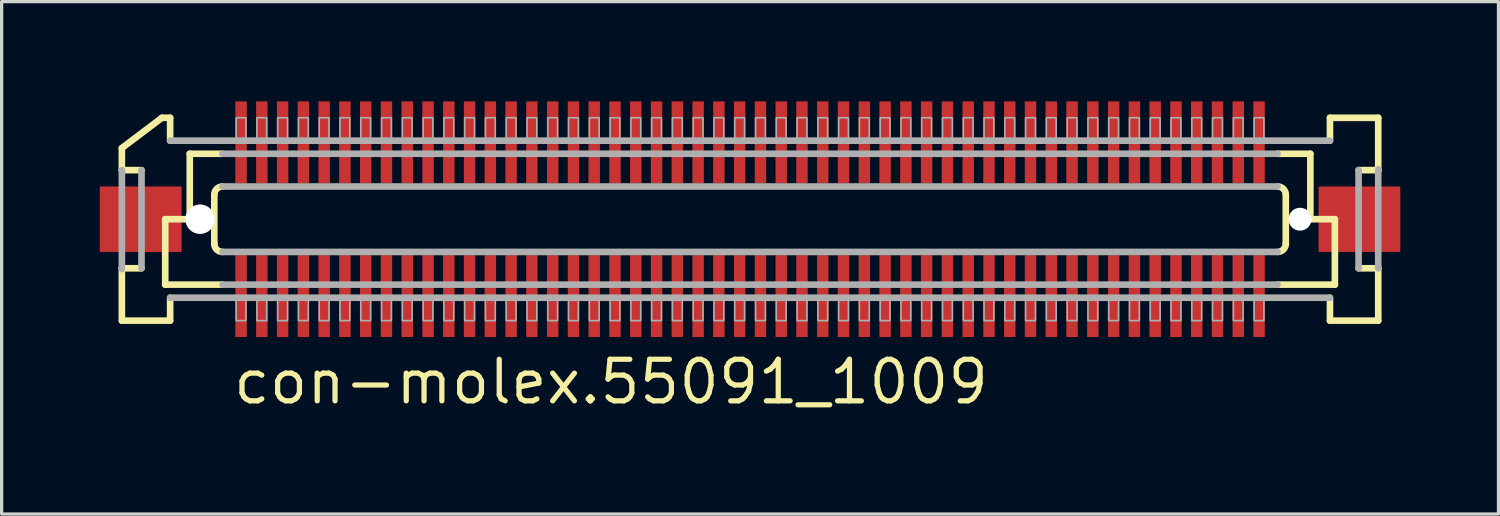
<source format=kicad_pcb>
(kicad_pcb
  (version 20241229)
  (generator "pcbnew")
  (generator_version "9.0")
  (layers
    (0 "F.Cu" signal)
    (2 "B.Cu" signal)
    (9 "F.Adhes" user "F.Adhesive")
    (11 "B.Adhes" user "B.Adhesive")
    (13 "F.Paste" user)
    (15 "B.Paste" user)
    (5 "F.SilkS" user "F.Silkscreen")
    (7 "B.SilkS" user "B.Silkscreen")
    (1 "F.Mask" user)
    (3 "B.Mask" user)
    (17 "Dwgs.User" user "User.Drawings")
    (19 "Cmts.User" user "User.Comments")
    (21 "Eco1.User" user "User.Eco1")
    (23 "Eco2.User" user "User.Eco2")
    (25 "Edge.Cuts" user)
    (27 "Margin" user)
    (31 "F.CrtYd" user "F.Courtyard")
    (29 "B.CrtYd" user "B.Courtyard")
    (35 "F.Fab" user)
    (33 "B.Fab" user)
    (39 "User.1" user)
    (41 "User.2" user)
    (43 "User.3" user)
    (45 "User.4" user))
  (footprint "con-molex.55091_1009"
    (layer "F.Cu")
    (at 19.875 3.65)
    (property "Reference" "con-molex.55091_1009" (at -15.875 5.715 0) (layer "F.SilkS") (effects (font (size 1.27 1.27) (thickness 0.16)) (justify left bottom)))
    (attr smd)
    (fp_rect (start -15.758 -1.075) (end -15.357 -3.625) (stroke (width 0.05) (type default)) (fill yes) (layer "F.Mask"))
    (fp_rect (start -15.758 3.625) (end -15.357 1.075) (stroke (width 0.05) (type default)) (fill yes) (layer "F.Mask"))
    (fp_rect (start -15.123 -1.075) (end -14.723 -3.625) (stroke (width 0.05) (type default)) (fill yes) (layer "F.Mask"))
    (fp_rect (start -15.123 3.625) (end -14.723 1.075) (stroke (width 0.05) (type default)) (fill yes) (layer "F.Mask"))
    (fp_rect (start -14.488 -1.075) (end -14.088 -3.625) (stroke (width 0.05) (type default)) (fill yes) (layer "F.Mask"))
    (fp_rect (start -14.488 3.625) (end -14.088 1.075) (stroke (width 0.05) (type default)) (fill yes) (layer "F.Mask"))
    (fp_rect (start -13.852 -1.075) (end -13.453 -3.625) (stroke (width 0.05) (type default)) (fill yes) (layer "F.Mask"))
    (fp_rect (start -13.852 3.625) (end -13.453 1.075) (stroke (width 0.05) (type default)) (fill yes) (layer "F.Mask"))
    (fp_rect (start -13.217 -1.075) (end -12.818 -3.625) (stroke (width 0.05) (type default)) (fill yes) (layer "F.Mask"))
    (fp_rect (start -13.217 3.625) (end -12.818 1.075) (stroke (width 0.05) (type default)) (fill yes) (layer "F.Mask"))
    (fp_rect (start -12.582 -1.075) (end -12.182 -3.625) (stroke (width 0.05) (type default)) (fill yes) (layer "F.Mask"))
    (fp_rect (start -12.582 3.625) (end -12.182 1.075) (stroke (width 0.05) (type default)) (fill yes) (layer "F.Mask"))
    (fp_rect (start -11.947 -1.075) (end -11.547 -3.625) (stroke (width 0.05) (type default)) (fill yes) (layer "F.Mask"))
    (fp_rect (start -11.947 3.625) (end -11.547 1.075) (stroke (width 0.05) (type default)) (fill yes) (layer "F.Mask"))
    (fp_rect (start -11.312 -1.075) (end -10.912 -3.625) (stroke (width 0.05) (type default)) (fill yes) (layer "F.Mask"))
    (fp_rect (start -11.312 3.625) (end -10.912 1.075) (stroke (width 0.05) (type default)) (fill yes) (layer "F.Mask"))
    (fp_rect (start -10.678 -1.075) (end -10.277 -3.625) (stroke (width 0.05) (type default)) (fill yes) (layer "F.Mask"))
    (fp_rect (start -10.678 3.625) (end -10.277 1.075) (stroke (width 0.05) (type default)) (fill yes) (layer "F.Mask"))
    (fp_rect (start -10.043 -1.075) (end -9.643 -3.625) (stroke (width 0.05) (type default)) (fill yes) (layer "F.Mask"))
    (fp_rect (start -10.043 3.625) (end -9.643 1.075) (stroke (width 0.05) (type default)) (fill yes) (layer "F.Mask"))
    (fp_rect (start -9.408 -1.075) (end -9.008 -3.625) (stroke (width 0.05) (type default)) (fill yes) (layer "F.Mask"))
    (fp_rect (start -9.408 3.625) (end -9.008 1.075) (stroke (width 0.05) (type default)) (fill yes) (layer "F.Mask"))
    (fp_rect (start -8.773 -1.075) (end -8.373 -3.625) (stroke (width 0.05) (type default)) (fill yes) (layer "F.Mask"))
    (fp_rect (start -8.773 3.625) (end -8.373 1.075) (stroke (width 0.05) (type default)) (fill yes) (layer "F.Mask"))
    (fp_rect (start -8.137 -1.075) (end -7.737 -3.625) (stroke (width 0.05) (type default)) (fill yes) (layer "F.Mask"))
    (fp_rect (start -8.137 3.625) (end -7.737 1.075) (stroke (width 0.05) (type default)) (fill yes) (layer "F.Mask"))
    (fp_rect (start -7.503 -1.075) (end -7.103 -3.625) (stroke (width 0.05) (type default)) (fill yes) (layer "F.Mask"))
    (fp_rect (start -7.503 3.625) (end -7.103 1.075) (stroke (width 0.05) (type default)) (fill yes) (layer "F.Mask"))
    (fp_rect (start -6.867 -1.075) (end -6.468 -3.625) (stroke (width 0.05) (type default)) (fill yes) (layer "F.Mask"))
    (fp_rect (start -6.867 3.625) (end -6.468 1.075) (stroke (width 0.05) (type default)) (fill yes) (layer "F.Mask"))
    (fp_rect (start -6.232 -1.075) (end -5.832 -3.625) (stroke (width 0.05) (type default)) (fill yes) (layer "F.Mask"))
    (fp_rect (start -6.232 3.625) (end -5.832 1.075) (stroke (width 0.05) (type default)) (fill yes) (layer "F.Mask"))
    (fp_rect (start -5.598 -1.075) (end -5.197 -3.625) (stroke (width 0.05) (type default)) (fill yes) (layer "F.Mask"))
    (fp_rect (start -5.598 3.625) (end -5.197 1.075) (stroke (width 0.05) (type default)) (fill yes) (layer "F.Mask"))
    (fp_rect (start -4.963 -1.075) (end -4.562 -3.625) (stroke (width 0.05) (type default)) (fill yes) (layer "F.Mask"))
    (fp_rect (start -4.963 3.625) (end -4.562 1.075) (stroke (width 0.05) (type default)) (fill yes) (layer "F.Mask"))
    (fp_rect (start -4.327 -1.075) (end -3.928 -3.625) (stroke (width 0.05) (type default)) (fill yes) (layer "F.Mask"))
    (fp_rect (start -4.327 3.625) (end -3.928 1.075) (stroke (width 0.05) (type default)) (fill yes) (layer "F.Mask"))
    (fp_rect (start -3.692 -1.075) (end -3.292 -3.625) (stroke (width 0.05) (type default)) (fill yes) (layer "F.Mask"))
    (fp_rect (start -3.692 3.625) (end -3.292 1.075) (stroke (width 0.05) (type default)) (fill yes) (layer "F.Mask"))
    (fp_rect (start -3.058 -1.075) (end -2.658 -3.625) (stroke (width 0.05) (type default)) (fill yes) (layer "F.Mask"))
    (fp_rect (start -3.058 3.625) (end -2.658 1.075) (stroke (width 0.05) (type default)) (fill yes) (layer "F.Mask"))
    (fp_rect (start -2.422 -1.075) (end -2.022 -3.625) (stroke (width 0.05) (type default)) (fill yes) (layer "F.Mask"))
    (fp_rect (start -2.422 3.625) (end -2.022 1.075) (stroke (width 0.05) (type default)) (fill yes) (layer "F.Mask"))
    (fp_rect (start -1.788 -1.075) (end -1.387 -3.625) (stroke (width 0.05) (type default)) (fill yes) (layer "F.Mask"))
    (fp_rect (start -1.788 3.625) (end -1.387 1.075) (stroke (width 0.05) (type default)) (fill yes) (layer "F.Mask"))
    (fp_rect (start -1.153 -1.075) (end -0.752 -3.625) (stroke (width 0.05) (type default)) (fill yes) (layer "F.Mask"))
    (fp_rect (start -1.153 3.625) (end -0.752 1.075) (stroke (width 0.05) (type default)) (fill yes) (layer "F.Mask"))
    (fp_rect (start -0.517 -1.075) (end -0.117 -3.625) (stroke (width 0.05) (type default)) (fill yes) (layer "F.Mask"))
    (fp_rect (start -0.517 3.625) (end -0.117 1.075) (stroke (width 0.05) (type default)) (fill yes) (layer "F.Mask"))
    (fp_rect (start 0.117 -1.075) (end 0.517 -3.625) (stroke (width 0.05) (type default)) (fill yes) (layer "F.Mask"))
    (fp_rect (start 0.117 3.625) (end 0.517 1.075) (stroke (width 0.05) (type default)) (fill yes) (layer "F.Mask"))
    (fp_rect (start 0.752 -1.075) (end 1.153 -3.625) (stroke (width 0.05) (type default)) (fill yes) (layer "F.Mask"))
    (fp_rect (start 0.752 3.625) (end 1.153 1.075) (stroke (width 0.05) (type default)) (fill yes) (layer "F.Mask"))
    (fp_rect (start 1.387 -1.075) (end 1.788 -3.625) (stroke (width 0.05) (type default)) (fill yes) (layer "F.Mask"))
    (fp_rect (start 1.387 3.625) (end 1.788 1.075) (stroke (width 0.05) (type default)) (fill yes) (layer "F.Mask"))
    (fp_rect (start 2.022 -1.075) (end 2.422 -3.625) (stroke (width 0.05) (type default)) (fill yes) (layer "F.Mask"))
    (fp_rect (start 2.022 3.625) (end 2.422 1.075) (stroke (width 0.05) (type default)) (fill yes) (layer "F.Mask"))
    (fp_rect (start 2.658 -1.075) (end 3.058 -3.625) (stroke (width 0.05) (type default)) (fill yes) (layer "F.Mask"))
    (fp_rect (start 2.658 3.625) (end 3.058 1.075) (stroke (width 0.05) (type default)) (fill yes) (layer "F.Mask"))
    (fp_rect (start 3.292 -1.075) (end 3.692 -3.625) (stroke (width 0.05) (type default)) (fill yes) (layer "F.Mask"))
    (fp_rect (start 3.292 3.625) (end 3.692 1.075) (stroke (width 0.05) (type default)) (fill yes) (layer "F.Mask"))
    (fp_rect (start 3.928 -1.075) (end 4.327 -3.625) (stroke (width 0.05) (type default)) (fill yes) (layer "F.Mask"))
    (fp_rect (start 3.928 3.625) (end 4.327 1.075) (stroke (width 0.05) (type default)) (fill yes) (layer "F.Mask"))
    (fp_rect (start 4.562 -1.075) (end 4.963 -3.625) (stroke (width 0.05) (type default)) (fill yes) (layer "F.Mask"))
    (fp_rect (start 4.562 3.625) (end 4.963 1.075) (stroke (width 0.05) (type default)) (fill yes) (layer "F.Mask"))
    (fp_rect (start 5.197 -1.075) (end 5.598 -3.625) (stroke (width 0.05) (type default)) (fill yes) (layer "F.Mask"))
    (fp_rect (start 5.197 3.625) (end 5.598 1.075) (stroke (width 0.05) (type default)) (fill yes) (layer "F.Mask"))
    (fp_rect (start 5.832 -1.075) (end 6.232 -3.625) (stroke (width 0.05) (type default)) (fill yes) (layer "F.Mask"))
    (fp_rect (start 5.832 3.625) (end 6.232 1.075) (stroke (width 0.05) (type default)) (fill yes) (layer "F.Mask"))
    (fp_rect (start 6.468 -1.075) (end 6.867 -3.625) (stroke (width 0.05) (type default)) (fill yes) (layer "F.Mask"))
    (fp_rect (start 6.468 3.625) (end 6.867 1.075) (stroke (width 0.05) (type default)) (fill yes) (layer "F.Mask"))
    (fp_rect (start 7.103 -1.075) (end 7.503 -3.625) (stroke (width 0.05) (type default)) (fill yes) (layer "F.Mask"))
    (fp_rect (start 7.103 3.625) (end 7.503 1.075) (stroke (width 0.05) (type default)) (fill yes) (layer "F.Mask"))
    (fp_rect (start 7.737 -1.075) (end 8.137 -3.625) (stroke (width 0.05) (type default)) (fill yes) (layer "F.Mask"))
    (fp_rect (start 7.737 3.625) (end 8.137 1.075) (stroke (width 0.05) (type default)) (fill yes) (layer "F.Mask"))
    (fp_rect (start 8.373 -1.075) (end 8.773 -3.625) (stroke (width 0.05) (type default)) (fill yes) (layer "F.Mask"))
    (fp_rect (start 8.373 3.625) (end 8.773 1.075) (stroke (width 0.05) (type default)) (fill yes) (layer "F.Mask"))
    (fp_rect (start 9.008 -1.075) (end 9.408 -3.625) (stroke (width 0.05) (type default)) (fill yes) (layer "F.Mask"))
    (fp_rect (start 9.008 3.625) (end 9.408 1.075) (stroke (width 0.05) (type default)) (fill yes) (layer "F.Mask"))
    (fp_rect (start 9.643 -1.075) (end 10.043 -3.625) (stroke (width 0.05) (type default)) (fill yes) (layer "F.Mask"))
    (fp_rect (start 9.643 3.625) (end 10.043 1.075) (stroke (width 0.05) (type default)) (fill yes) (layer "F.Mask"))
    (fp_rect (start 10.277 -1.075) (end 10.678 -3.625) (stroke (width 0.05) (type default)) (fill yes) (layer "F.Mask"))
    (fp_rect (start 10.277 3.625) (end 10.678 1.075) (stroke (width 0.05) (type default)) (fill yes) (layer "F.Mask"))
    (fp_rect (start 10.912 -1.075) (end 11.312 -3.625) (stroke (width 0.05) (type default)) (fill yes) (layer "F.Mask"))
    (fp_rect (start 10.912 3.625) (end 11.312 1.075) (stroke (width 0.05) (type default)) (fill yes) (layer "F.Mask"))
    (fp_rect (start 11.547 -1.075) (end 11.947 -3.625) (stroke (width 0.05) (type default)) (fill yes) (layer "F.Mask"))
    (fp_rect (start 11.547 3.625) (end 11.947 1.075) (stroke (width 0.05) (type default)) (fill yes) (layer "F.Mask"))
    (fp_rect (start 12.182 -1.075) (end 12.582 -3.625) (stroke (width 0.05) (type default)) (fill yes) (layer "F.Mask"))
    (fp_rect (start 12.182 3.625) (end 12.582 1.075) (stroke (width 0.05) (type default)) (fill yes) (layer "F.Mask"))
    (fp_rect (start 12.818 -1.075) (end 13.217 -3.625) (stroke (width 0.05) (type default)) (fill yes) (layer "F.Mask"))
    (fp_rect (start 12.818 3.625) (end 13.217 1.075) (stroke (width 0.05) (type default)) (fill yes) (layer "F.Mask"))
    (fp_rect (start 13.453 -1.075) (end 13.852 -3.625) (stroke (width 0.05) (type default)) (fill yes) (layer "F.Mask"))
    (fp_rect (start 13.453 3.625) (end 13.852 1.075) (stroke (width 0.05) (type default)) (fill yes) (layer "F.Mask"))
    (fp_rect (start 14.088 -1.075) (end 14.488 -3.625) (stroke (width 0.05) (type default)) (fill yes) (layer "F.Mask"))
    (fp_rect (start 14.088 3.625) (end 14.488 1.075) (stroke (width 0.05) (type default)) (fill yes) (layer "F.Mask"))
    (fp_rect (start 14.723 -1.075) (end 15.123 -3.625) (stroke (width 0.05) (type default)) (fill yes) (layer "F.Mask"))
    (fp_rect (start 14.723 3.625) (end 15.123 1.075) (stroke (width 0.05) (type default)) (fill yes) (layer "F.Mask"))
    (fp_rect (start 15.357 -1.075) (end 15.758 -3.625) (stroke (width 0.05) (type default)) (fill yes) (layer "F.Mask"))
    (fp_rect (start 15.357 3.625) (end 15.758 1.075) (stroke (width 0.05) (type default)) (fill yes) (layer "F.Mask"))
    (fp_line (start -19.2 -1.5) (end -19.2 -2.175) (stroke (width 0.203) (type default)) (layer "F.SilkS"))
    (fp_line (start -19.2 1.5) (end -18.6 1.5) (stroke (width 0.203) (type default)) (layer "F.SilkS"))
    (fp_line (start -19.2 3.1) (end -19.2 1.5) (stroke (width 0.203) (type default)) (layer "F.SilkS"))
    (fp_line (start -18.6 -1.5) (end -19.2 -1.5) (stroke (width 0.203) (type default)) (layer "F.SilkS"))
    (fp_line (start -17.975 -3.1) (end -19.2 -2.175) (stroke (width 0.203) (type default)) (layer "F.SilkS"))
    (fp_line (start -17.975 -3.1) (end -17.725 -3.1) (stroke (width 0.203) (type default)) (layer "F.SilkS"))
    (fp_line (start -17.875 0) (end -17.875 2) (stroke (width 0.203) (type default)) (layer "F.SilkS"))
    (fp_line (start -17.875 2) (end -16.125 2) (stroke (width 0.203) (type default)) (layer "F.SilkS"))
    (fp_line (start -17.725 -3.1) (end -17.725 -2.4) (stroke (width 0.203) (type default)) (layer "F.SilkS"))
    (fp_line (start -17.725 2.4) (end -17.725 3.1) (stroke (width 0.203) (type default)) (layer "F.SilkS"))
    (fp_line (start -17.725 3.1) (end -19.2 3.1) (stroke (width 0.203) (type default)) (layer "F.SilkS"))
    (fp_line (start -17.125 -2) (end -17.125 0) (stroke (width 0.203) (type default)) (layer "F.SilkS"))
    (fp_line (start -17.125 0) (end -17.875 0) (stroke (width 0.203) (type default)) (layer "F.SilkS"))
    (fp_line (start -16.375 0.75) (end -16.375 -0.75) (stroke (width 0.203) (type default)) (layer "F.SilkS"))
    (fp_line (start -16.125 -2) (end -17.125 -2) (stroke (width 0.203) (type default)) (layer "F.SilkS"))
    (fp_line (start 16.125 2) (end 17.875 2) (stroke (width 0.203) (type default)) (layer "F.SilkS"))
    (fp_line (start 16.375 -0.75) (end 16.375 0.75) (stroke (width 0.203) (type default)) (layer "F.SilkS"))
    (fp_line (start 17.125 -2) (end 16.125 -2) (stroke (width 0.203) (type default)) (layer "F.SilkS"))
    (fp_line (start 17.125 -2) (end 17.125 0) (stroke (width 0.203) (type default)) (layer "F.SilkS"))
    (fp_line (start 17.725 -3.1) (end 19.2 -3.1) (stroke (width 0.203) (type default)) (layer "F.SilkS"))
    (fp_line (start 17.725 -2.4) (end 17.725 -3.1) (stroke (width 0.203) (type default)) (layer "F.SilkS"))
    (fp_line (start 17.725 3.1) (end 17.725 2.4) (stroke (width 0.203) (type default)) (layer "F.SilkS"))
    (fp_line (start 17.875 0) (end 17.125 0) (stroke (width 0.203) (type default)) (layer "F.SilkS"))
    (fp_line (start 17.875 0) (end 17.875 2) (stroke (width 0.203) (type default)) (layer "F.SilkS"))
    (fp_line (start 18.6 1.5) (end 19.2 1.5) (stroke (width 0.203) (type default)) (layer "F.SilkS"))
    (fp_line (start 19.2 -3.1) (end 19.2 -1.5) (stroke (width 0.203) (type default)) (layer "F.SilkS"))
    (fp_line (start 19.2 -1.5) (end 18.6 -1.5) (stroke (width 0.203) (type default)) (layer "F.SilkS"))
    (fp_line (start 19.2 1.5) (end 19.2 3.1) (stroke (width 0.203) (type default)) (layer "F.SilkS"))
    (fp_line (start 19.2 3.1) (end 17.725 3.1) (stroke (width 0.203) (type default)) (layer "F.SilkS"))
    (fp_arc (start -16.375 -0.75) (mid -16.301777 -0.926777) (end -16.125 -1) (stroke (width 0.2032) (type default)) (layer "F.SilkS"))
    (fp_arc (start -16.125 1) (mid -16.301777 0.926777) (end -16.375 0.75) (stroke (width 0.2032) (type default)) (layer "F.SilkS"))
    (fp_arc (start 16.125 -1) (mid 16.301777 -0.926777) (end 16.375 -0.75) (stroke (width 0.2032) (type default)) (layer "F.SilkS"))
    (fp_arc (start 16.375 0.75) (mid 16.301777 0.926777) (end 16.125 1) (stroke (width 0.2032) (type default)) (layer "F.SilkS"))
    (fp_line (start -19.2 1.525) (end -19.2 -1.5) (stroke (width 0.203) (type default)) (layer "F.Fab"))
    (fp_line (start -18.6 1.5) (end -18.6 -1.5) (stroke (width 0.203) (type default)) (layer "F.Fab"))
    (fp_line (start -17.725 -2.4) (end 17.725 -2.4) (stroke (width 0.203) (type default)) (layer "F.Fab"))
    (fp_line (start -16.125 -1) (end 16.125 -1) (stroke (width 0.203) (type default)) (layer "F.Fab"))
    (fp_line (start -16.125 2) (end 16.125 2) (stroke (width 0.203) (type default)) (layer "F.Fab"))
    (fp_line (start 16.125 -2) (end -16.125 -2) (stroke (width 0.203) (type default)) (layer "F.Fab"))
    (fp_line (start 16.125 1) (end -16.125 1) (stroke (width 0.203) (type default)) (layer "F.Fab"))
    (fp_line (start 17.725 2.4) (end -17.725 2.4) (stroke (width 0.203) (type default)) (layer "F.Fab"))
    (fp_line (start 18.6 -1.5) (end 18.6 1.5) (stroke (width 0.203) (type default)) (layer "F.Fab"))
    (fp_line (start 19.2 -1.525) (end 19.2 1.5) (stroke (width 0.203) (type default)) (layer "F.Fab"))
    (fp_rect (start -15.707 -2.375) (end -15.408 -3.1) (stroke (width 0.05) (type default)) (fill no) (layer "F.Fab"))
    (fp_rect (start -15.707 3.1) (end -15.408 2.375) (stroke (width 0.05) (type default)) (fill no) (layer "F.Fab"))
    (fp_rect (start -15.072 -2.375) (end -14.773 -3.1) (stroke (width 0.05) (type default)) (fill no) (layer "F.Fab"))
    (fp_rect (start -15.072 3.1) (end -14.773 2.375) (stroke (width 0.05) (type default)) (fill no) (layer "F.Fab"))
    (fp_rect (start -14.438 -2.375) (end -14.137 -3.1) (stroke (width 0.05) (type default)) (fill no) (layer "F.Fab"))
    (fp_rect (start -14.438 3.1) (end -14.137 2.375) (stroke (width 0.05) (type default)) (fill no) (layer "F.Fab"))
    (fp_rect (start -13.803 -2.375) (end -13.502 -3.1) (stroke (width 0.05) (type default)) (fill no) (layer "F.Fab"))
    (fp_rect (start -13.803 3.1) (end -13.502 2.375) (stroke (width 0.05) (type default)) (fill no) (layer "F.Fab"))
    (fp_rect (start -13.168 -2.375) (end -12.867 -3.1) (stroke (width 0.05) (type default)) (fill no) (layer "F.Fab"))
    (fp_rect (start -13.168 3.1) (end -12.867 2.375) (stroke (width 0.05) (type default)) (fill no) (layer "F.Fab"))
    (fp_rect (start -12.533 -2.375) (end -12.232 -3.1) (stroke (width 0.05) (type default)) (fill no) (layer "F.Fab"))
    (fp_rect (start -12.533 3.1) (end -12.232 2.375) (stroke (width 0.05) (type default)) (fill no) (layer "F.Fab"))
    (fp_rect (start -11.898 -2.375) (end -11.598 -3.1) (stroke (width 0.05) (type default)) (fill no) (layer "F.Fab"))
    (fp_rect (start -11.898 3.1) (end -11.598 2.375) (stroke (width 0.05) (type default)) (fill no) (layer "F.Fab"))
    (fp_rect (start -11.262 -2.375) (end -10.963 -3.1) (stroke (width 0.05) (type default)) (fill no) (layer "F.Fab"))
    (fp_rect (start -11.262 3.1) (end -10.963 2.375) (stroke (width 0.05) (type default)) (fill no) (layer "F.Fab"))
    (fp_rect (start -10.627 -2.375) (end -10.328 -3.1) (stroke (width 0.05) (type default)) (fill no) (layer "F.Fab"))
    (fp_rect (start -10.627 3.1) (end -10.328 2.375) (stroke (width 0.05) (type default)) (fill no) (layer "F.Fab"))
    (fp_rect (start -9.992 -2.375) (end -9.693 -3.1) (stroke (width 0.05) (type default)) (fill no) (layer "F.Fab"))
    (fp_rect (start -9.992 3.1) (end -9.693 2.375) (stroke (width 0.05) (type default)) (fill no) (layer "F.Fab"))
    (fp_rect (start -9.357 -2.375) (end -9.057 -3.1) (stroke (width 0.05) (type default)) (fill no) (layer "F.Fab"))
    (fp_rect (start -9.357 3.1) (end -9.057 2.375) (stroke (width 0.05) (type default)) (fill no) (layer "F.Fab"))
    (fp_rect (start -8.723 -2.375) (end -8.422 -3.1) (stroke (width 0.05) (type default)) (fill no) (layer "F.Fab"))
    (fp_rect (start -8.723 3.1) (end -8.422 2.375) (stroke (width 0.05) (type default)) (fill no) (layer "F.Fab"))
    (fp_rect (start -8.088 -2.375) (end -7.787 -3.1) (stroke (width 0.05) (type default)) (fill no) (layer "F.Fab"))
    (fp_rect (start -8.088 3.1) (end -7.787 2.375) (stroke (width 0.05) (type default)) (fill no) (layer "F.Fab"))
    (fp_rect (start -7.452 -2.375) (end -7.152 -3.1) (stroke (width 0.05) (type default)) (fill no) (layer "F.Fab"))
    (fp_rect (start -7.452 3.1) (end -7.152 2.375) (stroke (width 0.05) (type default)) (fill no) (layer "F.Fab"))
    (fp_rect (start -6.817 -2.375) (end -6.518 -3.1) (stroke (width 0.05) (type default)) (fill no) (layer "F.Fab"))
    (fp_rect (start -6.817 3.1) (end -6.518 2.375) (stroke (width 0.05) (type default)) (fill no) (layer "F.Fab"))
    (fp_rect (start -6.183 -2.375) (end -5.883 -3.1) (stroke (width 0.05) (type default)) (fill no) (layer "F.Fab"))
    (fp_rect (start -6.183 3.1) (end -5.883 2.375) (stroke (width 0.05) (type default)) (fill no) (layer "F.Fab"))
    (fp_rect (start -5.548 -2.375) (end -5.247 -3.1) (stroke (width 0.05) (type default)) (fill no) (layer "F.Fab"))
    (fp_rect (start -5.548 3.1) (end -5.247 2.375) (stroke (width 0.05) (type default)) (fill no) (layer "F.Fab"))
    (fp_rect (start -4.912 -2.375) (end -4.612 -3.1) (stroke (width 0.05) (type default)) (fill no) (layer "F.Fab"))
    (fp_rect (start -4.912 3.1) (end -4.612 2.375) (stroke (width 0.05) (type default)) (fill no) (layer "F.Fab"))
    (fp_rect (start -4.277 -2.375) (end -3.978 -3.1) (stroke (width 0.05) (type default)) (fill no) (layer "F.Fab"))
    (fp_rect (start -4.277 3.1) (end -3.978 2.375) (stroke (width 0.05) (type default)) (fill no) (layer "F.Fab"))
    (fp_rect (start -3.643 -2.375) (end -3.342 -3.1) (stroke (width 0.05) (type default)) (fill no) (layer "F.Fab"))
    (fp_rect (start -3.643 3.1) (end -3.342 2.375) (stroke (width 0.05) (type default)) (fill no) (layer "F.Fab"))
    (fp_rect (start -3.007 -2.375) (end -2.708 -3.1) (stroke (width 0.05) (type default)) (fill no) (layer "F.Fab"))
    (fp_rect (start -3.007 3.1) (end -2.708 2.375) (stroke (width 0.05) (type default)) (fill no) (layer "F.Fab"))
    (fp_rect (start -2.373 -2.375) (end -2.072 -3.1) (stroke (width 0.05) (type default)) (fill no) (layer "F.Fab"))
    (fp_rect (start -2.373 3.1) (end -2.072 2.375) (stroke (width 0.05) (type default)) (fill no) (layer "F.Fab"))
    (fp_rect (start -1.738 -2.375) (end -1.438 -3.1) (stroke (width 0.05) (type default)) (fill no) (layer "F.Fab"))
    (fp_rect (start -1.738 3.1) (end -1.438 2.375) (stroke (width 0.05) (type default)) (fill no) (layer "F.Fab"))
    (fp_rect (start -1.103 -2.375) (end -0.802 -3.1) (stroke (width 0.05) (type default)) (fill no) (layer "F.Fab"))
    (fp_rect (start -1.103 3.1) (end -0.802 2.375) (stroke (width 0.05) (type default)) (fill no) (layer "F.Fab"))
    (fp_rect (start -0.468 -2.375) (end -0.168 -3.1) (stroke (width 0.05) (type default)) (fill no) (layer "F.Fab"))
    (fp_rect (start -0.468 3.1) (end -0.168 2.375) (stroke (width 0.05) (type default)) (fill no) (layer "F.Fab"))
    (fp_rect (start 0.168 -2.375) (end 0.468 -3.1) (stroke (width 0.05) (type default)) (fill no) (layer "F.Fab"))
    (fp_rect (start 0.168 3.1) (end 0.468 2.375) (stroke (width 0.05) (type default)) (fill no) (layer "F.Fab"))
    (fp_rect (start 0.802 -2.375) (end 1.103 -3.1) (stroke (width 0.05) (type default)) (fill no) (layer "F.Fab"))
    (fp_rect (start 0.802 3.1) (end 1.103 2.375) (stroke (width 0.05) (type default)) (fill no) (layer "F.Fab"))
    (fp_rect (start 1.438 -2.375) (end 1.738 -3.1) (stroke (width 0.05) (type default)) (fill no) (layer "F.Fab"))
    (fp_rect (start 1.438 3.1) (end 1.738 2.375) (stroke (width 0.05) (type default)) (fill no) (layer "F.Fab"))
    (fp_rect (start 2.072 -2.375) (end 2.373 -3.1) (stroke (width 0.05) (type default)) (fill no) (layer "F.Fab"))
    (fp_rect (start 2.072 3.1) (end 2.373 2.375) (stroke (width 0.05) (type default)) (fill no) (layer "F.Fab"))
    (fp_rect (start 2.708 -2.375) (end 3.007 -3.1) (stroke (width 0.05) (type default)) (fill no) (layer "F.Fab"))
    (fp_rect (start 2.708 3.1) (end 3.007 2.375) (stroke (width 0.05) (type default)) (fill no) (layer "F.Fab"))
    (fp_rect (start 3.342 -2.375) (end 3.643 -3.1) (stroke (width 0.05) (type default)) (fill no) (layer "F.Fab"))
    (fp_rect (start 3.342 3.1) (end 3.643 2.375) (stroke (width 0.05) (type default)) (fill no) (layer "F.Fab"))
    (fp_rect (start 3.978 -2.375) (end 4.277 -3.1) (stroke (width 0.05) (type default)) (fill no) (layer "F.Fab"))
    (fp_rect (start 3.978 3.1) (end 4.277 2.375) (stroke (width 0.05) (type default)) (fill no) (layer "F.Fab"))
    (fp_rect (start 4.612 -2.375) (end 4.912 -3.1) (stroke (width 0.05) (type default)) (fill no) (layer "F.Fab"))
    (fp_rect (start 4.612 3.1) (end 4.912 2.375) (stroke (width 0.05) (type default)) (fill no) (layer "F.Fab"))
    (fp_rect (start 5.247 -2.375) (end 5.548 -3.1) (stroke (width 0.05) (type default)) (fill no) (layer "F.Fab"))
    (fp_rect (start 5.247 3.1) (end 5.548 2.375) (stroke (width 0.05) (type default)) (fill no) (layer "F.Fab"))
    (fp_rect (start 5.883 -2.375) (end 6.183 -3.1) (stroke (width 0.05) (type default)) (fill no) (layer "F.Fab"))
    (fp_rect (start 5.883 3.1) (end 6.183 2.375) (stroke (width 0.05) (type default)) (fill no) (layer "F.Fab"))
    (fp_rect (start 6.518 -2.375) (end 6.817 -3.1) (stroke (width 0.05) (type default)) (fill no) (layer "F.Fab"))
    (fp_rect (start 6.518 3.1) (end 6.817 2.375) (stroke (width 0.05) (type default)) (fill no) (layer "F.Fab"))
    (fp_rect (start 7.152 -2.375) (end 7.452 -3.1) (stroke (width 0.05) (type default)) (fill no) (layer "F.Fab"))
    (fp_rect (start 7.152 3.1) (end 7.452 2.375) (stroke (width 0.05) (type default)) (fill no) (layer "F.Fab"))
    (fp_rect (start 7.787 -2.375) (end 8.088 -3.1) (stroke (width 0.05) (type default)) (fill no) (layer "F.Fab"))
    (fp_rect (start 7.787 3.1) (end 8.088 2.375) (stroke (width 0.05) (type default)) (fill no) (layer "F.Fab"))
    (fp_rect (start 8.422 -2.375) (end 8.723 -3.1) (stroke (width 0.05) (type default)) (fill no) (layer "F.Fab"))
    (fp_rect (start 8.422 3.1) (end 8.723 2.375) (stroke (width 0.05) (type default)) (fill no) (layer "F.Fab"))
    (fp_rect (start 9.057 -2.375) (end 9.357 -3.1) (stroke (width 0.05) (type default)) (fill no) (layer "F.Fab"))
    (fp_rect (start 9.057 3.1) (end 9.357 2.375) (stroke (width 0.05) (type default)) (fill no) (layer "F.Fab"))
    (fp_rect (start 9.693 -2.375) (end 9.992 -3.1) (stroke (width 0.05) (type default)) (fill no) (layer "F.Fab"))
    (fp_rect (start 9.693 3.1) (end 9.992 2.375) (stroke (width 0.05) (type default)) (fill no) (layer "F.Fab"))
    (fp_rect (start 10.328 -2.375) (end 10.627 -3.1) (stroke (width 0.05) (type default)) (fill no) (layer "F.Fab"))
    (fp_rect (start 10.328 3.1) (end 10.627 2.375) (stroke (width 0.05) (type default)) (fill no) (layer "F.Fab"))
    (fp_rect (start 10.963 -2.375) (end 11.262 -3.1) (stroke (width 0.05) (type default)) (fill no) (layer "F.Fab"))
    (fp_rect (start 10.963 3.1) (end 11.262 2.375) (stroke (width 0.05) (type default)) (fill no) (layer "F.Fab"))
    (fp_rect (start 11.598 -2.375) (end 11.898 -3.1) (stroke (width 0.05) (type default)) (fill no) (layer "F.Fab"))
    (fp_rect (start 11.598 3.1) (end 11.898 2.375) (stroke (width 0.05) (type default)) (fill no) (layer "F.Fab"))
    (fp_rect (start 12.232 -2.375) (end 12.533 -3.1) (stroke (width 0.05) (type default)) (fill no) (layer "F.Fab"))
    (fp_rect (start 12.232 3.1) (end 12.533 2.375) (stroke (width 0.05) (type default)) (fill no) (layer "F.Fab"))
    (fp_rect (start 12.867 -2.375) (end 13.168 -3.1) (stroke (width 0.05) (type default)) (fill no) (layer "F.Fab"))
    (fp_rect (start 12.867 3.1) (end 13.168 2.375) (stroke (width 0.05) (type default)) (fill no) (layer "F.Fab"))
    (fp_rect (start 13.502 -2.375) (end 13.803 -3.1) (stroke (width 0.05) (type default)) (fill no) (layer "F.Fab"))
    (fp_rect (start 13.502 3.1) (end 13.803 2.375) (stroke (width 0.05) (type default)) (fill no) (layer "F.Fab"))
    (fp_rect (start 14.137 -2.375) (end 14.438 -3.1) (stroke (width 0.05) (type default)) (fill no) (layer "F.Fab"))
    (fp_rect (start 14.137 3.1) (end 14.438 2.375) (stroke (width 0.05) (type default)) (fill no) (layer "F.Fab"))
    (fp_rect (start 14.773 -2.375) (end 15.072 -3.1) (stroke (width 0.05) (type default)) (fill no) (layer "F.Fab"))
    (fp_rect (start 14.773 3.1) (end 15.072 2.375) (stroke (width 0.05) (type default)) (fill no) (layer "F.Fab"))
    (fp_rect (start 15.408 -2.375) (end 15.707 -3.1) (stroke (width 0.05) (type default)) (fill no) (layer "F.Fab"))
    (fp_rect (start 15.408 3.1) (end 15.707 2.375) (stroke (width 0.05) (type default)) (fill no) (layer "F.Fab"))
    (pad "" np_thru_hole circle (at -16.81 0) (size 0.9 0.9) (drill 0.9) (layers "*.Cu" "*.Mask"))
    (pad "" np_thru_hole circle (at 16.81 0) (size 0.7 0.7) (drill 0.7) (layers "*.Cu" "*.Mask"))
    (pad "1" smd roundrect (at -15.557 -2.35) (size 0.35 2.5) (layers "F.Cu" "F.Mask" "F.Paste") (roundrect_rratio 0.01))
    (pad "2" smd roundrect (at -15.557 2.35 180) (size 0.35 2.5) (layers "F.Cu" "F.Mask" "F.Paste") (roundrect_rratio 0.01))
    (pad "3" smd roundrect (at -14.922 -2.35) (size 0.35 2.5) (layers "F.Cu" "F.Mask" "F.Paste") (roundrect_rratio 0.01))
    (pad "4" smd roundrect (at -14.922 2.35 180) (size 0.35 2.5) (layers "F.Cu" "F.Mask" "F.Paste") (roundrect_rratio 0.01))
    (pad "5" smd roundrect (at -14.287 -2.35) (size 0.35 2.5) (layers "F.Cu" "F.Mask" "F.Paste") (roundrect_rratio 0.01))
    (pad "6" smd roundrect (at -14.287 2.35 180) (size 0.35 2.5) (layers "F.Cu" "F.Mask" "F.Paste") (roundrect_rratio 0.01))
    (pad "7" smd roundrect (at -13.652 -2.35) (size 0.35 2.5) (layers "F.Cu" "F.Mask" "F.Paste") (roundrect_rratio 0.01))
    (pad "8" smd roundrect (at -13.652 2.35 180) (size 0.35 2.5) (layers "F.Cu" "F.Mask" "F.Paste") (roundrect_rratio 0.01))
    (pad "9" smd roundrect (at -13.018 -2.35) (size 0.35 2.5) (layers "F.Cu" "F.Mask" "F.Paste") (roundrect_rratio 0.01))
    (pad "10" smd roundrect (at -13.018 2.35 180) (size 0.35 2.5) (layers "F.Cu" "F.Mask" "F.Paste") (roundrect_rratio 0.01))
    (pad "11" smd roundrect (at -12.383 -2.35) (size 0.35 2.5) (layers "F.Cu" "F.Mask" "F.Paste") (roundrect_rratio 0.01))
    (pad "12" smd roundrect (at -12.383 2.35 180) (size 0.35 2.5) (layers "F.Cu" "F.Mask" "F.Paste") (roundrect_rratio 0.01))
    (pad "13" smd roundrect (at -11.748 -2.35) (size 0.35 2.5) (layers "F.Cu" "F.Mask" "F.Paste") (roundrect_rratio 0.01))
    (pad "14" smd roundrect (at -11.748 2.35 180) (size 0.35 2.5) (layers "F.Cu" "F.Mask" "F.Paste") (roundrect_rratio 0.01))
    (pad "15" smd roundrect (at -11.113 -2.35) (size 0.35 2.5) (layers "F.Cu" "F.Mask" "F.Paste") (roundrect_rratio 0.01))
    (pad "16" smd roundrect (at -11.113 2.35 180) (size 0.35 2.5) (layers "F.Cu" "F.Mask" "F.Paste") (roundrect_rratio 0.01))
    (pad "17" smd roundrect (at -10.477 -2.35) (size 0.35 2.5) (layers "F.Cu" "F.Mask" "F.Paste") (roundrect_rratio 0.01))
    (pad "18" smd roundrect (at -10.477 2.35 180) (size 0.35 2.5) (layers "F.Cu" "F.Mask" "F.Paste") (roundrect_rratio 0.01))
    (pad "19" smd roundrect (at -9.842 -2.35) (size 0.35 2.5) (layers "F.Cu" "F.Mask" "F.Paste") (roundrect_rratio 0.01))
    (pad "20" smd roundrect (at -9.842 2.35 180) (size 0.35 2.5) (layers "F.Cu" "F.Mask" "F.Paste") (roundrect_rratio 0.01))
    (pad "21" smd roundrect (at -9.207 -2.35) (size 0.35 2.5) (layers "F.Cu" "F.Mask" "F.Paste") (roundrect_rratio 0.01))
    (pad "22" smd roundrect (at -9.207 2.35 180) (size 0.35 2.5) (layers "F.Cu" "F.Mask" "F.Paste") (roundrect_rratio 0.01))
    (pad "23" smd roundrect (at -8.572 -2.35) (size 0.35 2.5) (layers "F.Cu" "F.Mask" "F.Paste") (roundrect_rratio 0.01))
    (pad "24" smd roundrect (at -8.572 2.35 180) (size 0.35 2.5) (layers "F.Cu" "F.Mask" "F.Paste") (roundrect_rratio 0.01))
    (pad "25" smd roundrect (at -7.938 -2.35) (size 0.35 2.5) (layers "F.Cu" "F.Mask" "F.Paste") (roundrect_rratio 0.01))
    (pad "26" smd roundrect (at -7.938 2.35 180) (size 0.35 2.5) (layers "F.Cu" "F.Mask" "F.Paste") (roundrect_rratio 0.01))
    (pad "27" smd roundrect (at -7.303 -2.35) (size 0.35 2.5) (layers "F.Cu" "F.Mask" "F.Paste") (roundrect_rratio 0.01))
    (pad "28" smd roundrect (at -7.303 2.35 180) (size 0.35 2.5) (layers "F.Cu" "F.Mask" "F.Paste") (roundrect_rratio 0.01))
    (pad "29" smd roundrect (at -6.668 -2.35) (size 0.35 2.5) (layers "F.Cu" "F.Mask" "F.Paste") (roundrect_rratio 0.01))
    (pad "30" smd roundrect (at -6.668 2.35 180) (size 0.35 2.5) (layers "F.Cu" "F.Mask" "F.Paste") (roundrect_rratio 0.01))
    (pad "31" smd roundrect (at -6.032 -2.35) (size 0.35 2.5) (layers "F.Cu" "F.Mask" "F.Paste") (roundrect_rratio 0.01))
    (pad "32" smd roundrect (at -6.032 2.35 180) (size 0.35 2.5) (layers "F.Cu" "F.Mask" "F.Paste") (roundrect_rratio 0.01))
    (pad "33" smd roundrect (at -5.397 -2.35) (size 0.35 2.5) (layers "F.Cu" "F.Mask" "F.Paste") (roundrect_rratio 0.01))
    (pad "34" smd roundrect (at -5.397 2.35 180) (size 0.35 2.5) (layers "F.Cu" "F.Mask" "F.Paste") (roundrect_rratio 0.01))
    (pad "35" smd roundrect (at -4.763 -2.35) (size 0.35 2.5) (layers "F.Cu" "F.Mask" "F.Paste") (roundrect_rratio 0.01))
    (pad "36" smd roundrect (at -4.763 2.35 180) (size 0.35 2.5) (layers "F.Cu" "F.Mask" "F.Paste") (roundrect_rratio 0.01))
    (pad "37" smd roundrect (at -4.128 -2.35) (size 0.35 2.5) (layers "F.Cu" "F.Mask" "F.Paste") (roundrect_rratio 0.01))
    (pad "38" smd roundrect (at -4.128 2.35 180) (size 0.35 2.5) (layers "F.Cu" "F.Mask" "F.Paste") (roundrect_rratio 0.01))
    (pad "39" smd roundrect (at -3.493 -2.35) (size 0.35 2.5) (layers "F.Cu" "F.Mask" "F.Paste") (roundrect_rratio 0.01))
    (pad "40" smd roundrect (at -3.493 2.35 180) (size 0.35 2.5) (layers "F.Cu" "F.Mask" "F.Paste") (roundrect_rratio 0.01))
    (pad "41" smd roundrect (at -2.857 -2.35) (size 0.35 2.5) (layers "F.Cu" "F.Mask" "F.Paste") (roundrect_rratio 0.01))
    (pad "42" smd roundrect (at -2.857 2.35 180) (size 0.35 2.5) (layers "F.Cu" "F.Mask" "F.Paste") (roundrect_rratio 0.01))
    (pad "43" smd roundrect (at -2.223 -2.35) (size 0.35 2.5) (layers "F.Cu" "F.Mask" "F.Paste") (roundrect_rratio 0.01))
    (pad "44" smd roundrect (at -2.223 2.35 180) (size 0.35 2.5) (layers "F.Cu" "F.Mask" "F.Paste") (roundrect_rratio 0.01))
    (pad "45" smd roundrect (at -1.587 -2.35) (size 0.35 2.5) (layers "F.Cu" "F.Mask" "F.Paste") (roundrect_rratio 0.01))
    (pad "46" smd roundrect (at -1.587 2.35 180) (size 0.35 2.5) (layers "F.Cu" "F.Mask" "F.Paste") (roundrect_rratio 0.01))
    (pad "47" smd roundrect (at -0.953 -2.35) (size 0.35 2.5) (layers "F.Cu" "F.Mask" "F.Paste") (roundrect_rratio 0.01))
    (pad "48" smd roundrect (at -0.953 2.35 180) (size 0.35 2.5) (layers "F.Cu" "F.Mask" "F.Paste") (roundrect_rratio 0.01))
    (pad "49" smd roundrect (at -0.318 -2.35) (size 0.35 2.5) (layers "F.Cu" "F.Mask" "F.Paste") (roundrect_rratio 0.01))
    (pad "50" smd roundrect (at -0.318 2.35 180) (size 0.35 2.5) (layers "F.Cu" "F.Mask" "F.Paste") (roundrect_rratio 0.01))
    (pad "51" smd roundrect (at 0.318 -2.35) (size 0.35 2.5) (layers "F.Cu" "F.Mask" "F.Paste") (roundrect_rratio 0.01))
    (pad "52" smd roundrect (at 0.318 2.35 180) (size 0.35 2.5) (layers "F.Cu" "F.Mask" "F.Paste") (roundrect_rratio 0.01))
    (pad "53" smd roundrect (at 0.953 -2.35) (size 0.35 2.5) (layers "F.Cu" "F.Mask" "F.Paste") (roundrect_rratio 0.01))
    (pad "54" smd roundrect (at 0.953 2.35 180) (size 0.35 2.5) (layers "F.Cu" "F.Mask" "F.Paste") (roundrect_rratio 0.01))
    (pad "55" smd roundrect (at 1.587 -2.35) (size 0.35 2.5) (layers "F.Cu" "F.Mask" "F.Paste") (roundrect_rratio 0.01))
    (pad "56" smd roundrect (at 1.587 2.35 180) (size 0.35 2.5) (layers "F.Cu" "F.Mask" "F.Paste") (roundrect_rratio 0.01))
    (pad "57" smd roundrect (at 2.223 -2.35) (size 0.35 2.5) (layers "F.Cu" "F.Mask" "F.Paste") (roundrect_rratio 0.01))
    (pad "58" smd roundrect (at 2.223 2.35 180) (size 0.35 2.5) (layers "F.Cu" "F.Mask" "F.Paste") (roundrect_rratio 0.01))
    (pad "59" smd roundrect (at 2.857 -2.35) (size 0.35 2.5) (layers "F.Cu" "F.Mask" "F.Paste") (roundrect_rratio 0.01))
    (pad "60" smd roundrect (at 2.857 2.35 180) (size 0.35 2.5) (layers "F.Cu" "F.Mask" "F.Paste") (roundrect_rratio 0.01))
    (pad "61" smd roundrect (at 3.493 -2.35) (size 0.35 2.5) (layers "F.Cu" "F.Mask" "F.Paste") (roundrect_rratio 0.01))
    (pad "62" smd roundrect (at 3.493 2.35 180) (size 0.35 2.5) (layers "F.Cu" "F.Mask" "F.Paste") (roundrect_rratio 0.01))
    (pad "63" smd roundrect (at 4.128 -2.35) (size 0.35 2.5) (layers "F.Cu" "F.Mask" "F.Paste") (roundrect_rratio 0.01))
    (pad "64" smd roundrect (at 4.128 2.35 180) (size 0.35 2.5) (layers "F.Cu" "F.Mask" "F.Paste") (roundrect_rratio 0.01))
    (pad "65" smd roundrect (at 4.763 -2.35) (size 0.35 2.5) (layers "F.Cu" "F.Mask" "F.Paste") (roundrect_rratio 0.01))
    (pad "66" smd roundrect (at 4.763 2.35 180) (size 0.35 2.5) (layers "F.Cu" "F.Mask" "F.Paste") (roundrect_rratio 0.01))
    (pad "67" smd roundrect (at 5.397 -2.35) (size 0.35 2.5) (layers "F.Cu" "F.Mask" "F.Paste") (roundrect_rratio 0.01))
    (pad "68" smd roundrect (at 5.397 2.35 180) (size 0.35 2.5) (layers "F.Cu" "F.Mask" "F.Paste") (roundrect_rratio 0.01))
    (pad "69" smd roundrect (at 6.032 -2.35) (size 0.35 2.5) (layers "F.Cu" "F.Mask" "F.Paste") (roundrect_rratio 0.01))
    (pad "70" smd roundrect (at 6.032 2.35 180) (size 0.35 2.5) (layers "F.Cu" "F.Mask" "F.Paste") (roundrect_rratio 0.01))
    (pad "71" smd roundrect (at 6.668 -2.35) (size 0.35 2.5) (layers "F.Cu" "F.Mask" "F.Paste") (roundrect_rratio 0.01))
    (pad "72" smd roundrect (at 6.668 2.35 180) (size 0.35 2.5) (layers "F.Cu" "F.Mask" "F.Paste") (roundrect_rratio 0.01))
    (pad "73" smd roundrect (at 7.303 -2.35) (size 0.35 2.5) (layers "F.Cu" "F.Mask" "F.Paste") (roundrect_rratio 0.01))
    (pad "74" smd roundrect (at 7.303 2.35 180) (size 0.35 2.5) (layers "F.Cu" "F.Mask" "F.Paste") (roundrect_rratio 0.01))
    (pad "75" smd roundrect (at 7.938 -2.35) (size 0.35 2.5) (layers "F.Cu" "F.Mask" "F.Paste") (roundrect_rratio 0.01))
    (pad "76" smd roundrect (at 7.938 2.35 180) (size 0.35 2.5) (layers "F.Cu" "F.Mask" "F.Paste") (roundrect_rratio 0.01))
    (pad "77" smd roundrect (at 8.572 -2.35) (size 0.35 2.5) (layers "F.Cu" "F.Mask" "F.Paste") (roundrect_rratio 0.01))
    (pad "78" smd roundrect (at 8.572 2.35 180) (size 0.35 2.5) (layers "F.Cu" "F.Mask" "F.Paste") (roundrect_rratio 0.01))
    (pad "79" smd roundrect (at 9.207 -2.35) (size 0.35 2.5) (layers "F.Cu" "F.Mask" "F.Paste") (roundrect_rratio 0.01))
    (pad "80" smd roundrect (at 9.207 2.35 180) (size 0.35 2.5) (layers "F.Cu" "F.Mask" "F.Paste") (roundrect_rratio 0.01))
    (pad "81" smd roundrect (at 9.842 -2.35) (size 0.35 2.5) (layers "F.Cu" "F.Mask" "F.Paste") (roundrect_rratio 0.01))
    (pad "82" smd roundrect (at 9.842 2.35 180) (size 0.35 2.5) (layers "F.Cu" "F.Mask" "F.Paste") (roundrect_rratio 0.01))
    (pad "83" smd roundrect (at 10.477 -2.35) (size 0.35 2.5) (layers "F.Cu" "F.Mask" "F.Paste") (roundrect_rratio 0.01))
    (pad "84" smd roundrect (at 10.477 2.35 180) (size 0.35 2.5) (layers "F.Cu" "F.Mask" "F.Paste") (roundrect_rratio 0.01))
    (pad "85" smd roundrect (at 11.113 -2.35) (size 0.35 2.5) (layers "F.Cu" "F.Mask" "F.Paste") (roundrect_rratio 0.01))
    (pad "86" smd roundrect (at 11.113 2.35 180) (size 0.35 2.5) (layers "F.Cu" "F.Mask" "F.Paste") (roundrect_rratio 0.01))
    (pad "87" smd roundrect (at 11.748 -2.35) (size 0.35 2.5) (layers "F.Cu" "F.Mask" "F.Paste") (roundrect_rratio 0.01))
    (pad "88" smd roundrect (at 11.748 2.35 180) (size 0.35 2.5) (layers "F.Cu" "F.Mask" "F.Paste") (roundrect_rratio 0.01))
    (pad "89" smd roundrect (at 12.383 -2.35) (size 0.35 2.5) (layers "F.Cu" "F.Mask" "F.Paste") (roundrect_rratio 0.01))
    (pad "90" smd roundrect (at 12.383 2.35 180) (size 0.35 2.5) (layers "F.Cu" "F.Mask" "F.Paste") (roundrect_rratio 0.01))
    (pad "91" smd roundrect (at 13.018 -2.35) (size 0.35 2.5) (layers "F.Cu" "F.Mask" "F.Paste") (roundrect_rratio 0.01))
    (pad "92" smd roundrect (at 13.018 2.35 180) (size 0.35 2.5) (layers "F.Cu" "F.Mask" "F.Paste") (roundrect_rratio 0.01))
    (pad "93" smd roundrect (at 13.652 -2.35) (size 0.35 2.5) (layers "F.Cu" "F.Mask" "F.Paste") (roundrect_rratio 0.01))
    (pad "94" smd roundrect (at 13.652 2.35 180) (size 0.35 2.5) (layers "F.Cu" "F.Mask" "F.Paste") (roundrect_rratio 0.01))
    (pad "95" smd roundrect (at 14.287 -2.35) (size 0.35 2.5) (layers "F.Cu" "F.Mask" "F.Paste") (roundrect_rratio 0.01))
    (pad "96" smd roundrect (at 14.287 2.35 180) (size 0.35 2.5) (layers "F.Cu" "F.Mask" "F.Paste") (roundrect_rratio 0.01))
    (pad "97" smd roundrect (at 14.922 -2.35) (size 0.35 2.5) (layers "F.Cu" "F.Mask" "F.Paste") (roundrect_rratio 0.01))
    (pad "98" smd roundrect (at 14.922 2.35 180) (size 0.35 2.5) (layers "F.Cu" "F.Mask" "F.Paste") (roundrect_rratio 0.01))
    (pad "99" smd roundrect (at 15.557 -2.35) (size 0.35 2.5) (layers "F.Cu" "F.Mask" "F.Paste") (roundrect_rratio 0.01))
    (pad "100" smd roundrect (at 15.557 2.35 180) (size 0.35 2.5) (layers "F.Cu" "F.Mask" "F.Paste") (roundrect_rratio 0.01))
    (pad "M1" smd roundrect (at -18.625 0) (size 2.5 2) (layers "F.Cu" "F.Mask" "F.Paste") (roundrect_rratio 0.01))
    (pad "M2" smd roundrect (at 18.625 0 180) (size 2.5 2) (layers "F.Cu" "F.Mask" "F.Paste") (roundrect_rratio 0.01)))
  (gr_rect
    (start -3 -3)
    (end 42.75 12.662)
    (stroke (width 0.1) (type default))
    (fill no)
    (layer "Edge.Cuts")))
</source>
